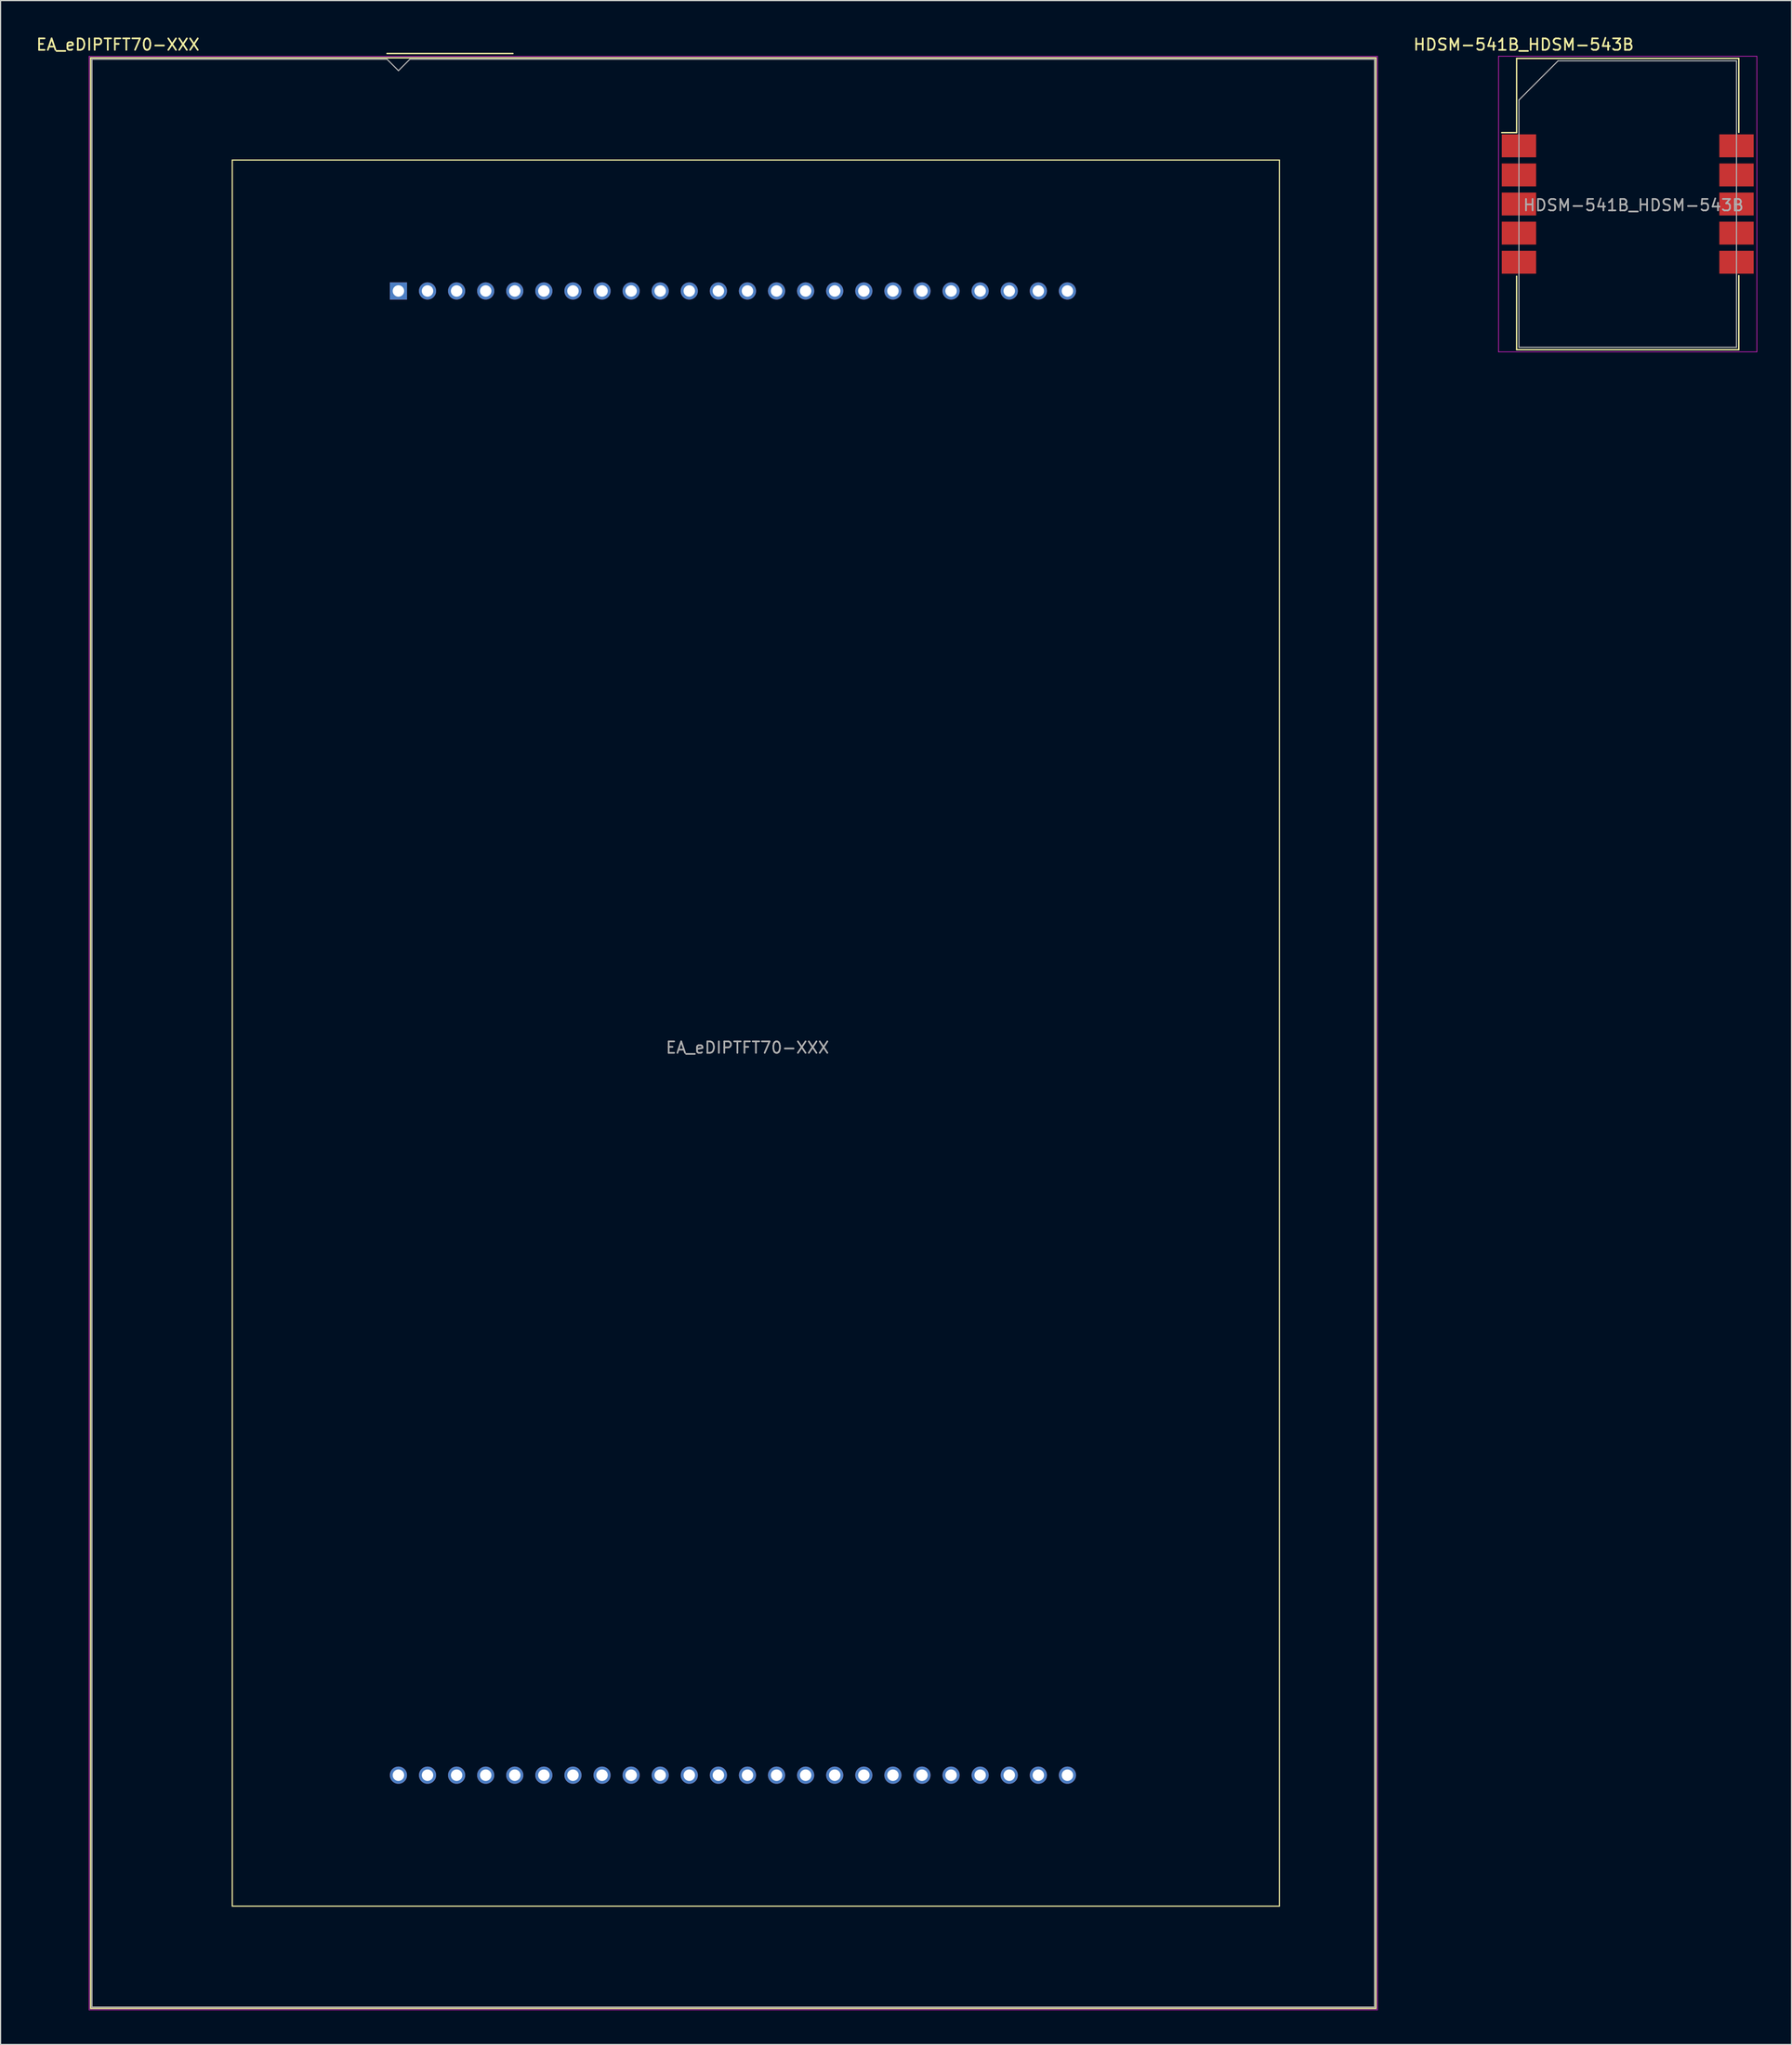
<source format=kicad_pcb>
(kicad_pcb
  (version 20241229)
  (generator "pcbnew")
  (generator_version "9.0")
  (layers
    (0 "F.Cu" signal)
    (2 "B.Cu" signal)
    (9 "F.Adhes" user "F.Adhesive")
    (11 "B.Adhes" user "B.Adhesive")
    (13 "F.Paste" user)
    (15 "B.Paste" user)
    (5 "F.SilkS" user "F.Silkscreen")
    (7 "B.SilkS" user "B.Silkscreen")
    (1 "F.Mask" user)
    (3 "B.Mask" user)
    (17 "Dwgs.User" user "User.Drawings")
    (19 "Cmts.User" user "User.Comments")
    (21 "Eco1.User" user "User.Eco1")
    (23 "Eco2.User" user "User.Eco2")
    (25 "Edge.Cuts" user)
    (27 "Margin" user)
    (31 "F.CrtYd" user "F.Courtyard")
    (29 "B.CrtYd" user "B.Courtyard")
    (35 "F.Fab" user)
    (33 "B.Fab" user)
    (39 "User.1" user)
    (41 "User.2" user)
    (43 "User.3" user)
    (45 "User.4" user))
  (footprint "HDSM-541B_HDSM-543B"
    (layer "F.Cu")
    (at 139.093 14.758)
    (property "Reference" "HDSM-541B_HDSM-543B" (at -9.09 -13.91 0) (layer "F.SilkS") (effects (font (size 1 1) (thickness 0.15))))
    (attr smd)
    (fp_line (start -11 -6.23) (end -9.7 -6.23) (stroke (width 0.12) (type solid)) (layer "F.SilkS"))
    (fp_line (start -9.7 -12.71) (end 9.7 -12.71) (stroke (width 0.12) (type solid)) (layer "F.SilkS"))
    (fp_line (start -9.7 -6.23) (end -9.7 -12.71) (stroke (width 0.12) (type solid)) (layer "F.SilkS"))
    (fp_line (start -9.7 6.3) (end -9.7 12.71) (stroke (width 0.12) (type solid)) (layer "F.SilkS"))
    (fp_line (start -9.7 12.71) (end 9.7 12.71) (stroke (width 0.12) (type solid)) (layer "F.SilkS"))
    (fp_line (start 9.7 -6.25) (end 9.7 -12.71) (stroke (width 0.12) (type solid)) (layer "F.SilkS"))
    (fp_line (start 9.7 6.25) (end 9.7 12.71) (stroke (width 0.12) (type solid)) (layer "F.SilkS"))
    (fp_line (start -11.28 -12.9) (end 11.28 -12.9) (stroke (width 0.05) (type solid)) (layer "F.CrtYd"))
    (fp_line (start -11.28 12.9) (end -11.28 -12.9) (stroke (width 0.05) (type solid)) (layer "F.CrtYd"))
    (fp_line (start 11.28 -12.9) (end 11.28 12.9) (stroke (width 0.05) (type solid)) (layer "F.CrtYd"))
    (fp_line (start 11.28 12.9) (end -11.28 12.9) (stroke (width 0.05) (type solid)) (layer "F.CrtYd"))
    (fp_line (start -9.5 -9.08) (end -6.08 -12.5) (stroke (width 0.1) (type solid)) (layer "F.Fab"))
    (fp_line (start -9.5 12.5) (end -9.5 -9.08) (stroke (width 0.1) (type solid)) (layer "F.Fab"))
    (fp_line (start -6.08 -12.5) (end 9.5 -12.5) (stroke (width 0.1) (type solid)) (layer "F.Fab"))
    (fp_line (start 9.5 -12.5) (end 9.5 12.5) (stroke (width 0.1) (type solid)) (layer "F.Fab"))
    (fp_line (start 9.5 12.5) (end -9.5 12.5) (stroke (width 0.1) (type solid)) (layer "F.Fab"))
    (fp_text user "${REFERENCE}" (at 0.5 0.1 0) (layer "F.Fab") (effects (font (size 1 1) (thickness 0.15))))
    (pad "1" smd rect (at -9.5 -5.08) (size 3 2) (layers "F.Cu" "F.Mask" "F.Paste"))
    (pad "2" smd rect (at -9.5 -2.54) (size 3 2) (layers "F.Cu" "F.Mask" "F.Paste"))
    (pad "3" smd rect (at -9.5 0) (size 3 2) (layers "F.Cu" "F.Mask" "F.Paste"))
    (pad "4" smd rect (at -9.5 2.54) (size 3 2) (layers "F.Cu" "F.Mask" "F.Paste"))
    (pad "5" smd rect (at -9.5 5.08) (size 3 2) (layers "F.Cu" "F.Mask" "F.Paste"))
    (pad "6" smd rect (at 9.5 5.08) (size 3 2) (layers "F.Cu" "F.Mask" "F.Paste"))
    (pad "7" smd rect (at 9.5 2.54) (size 3 2) (layers "F.Cu" "F.Mask" "F.Paste"))
    (pad "8" smd rect (at 9.5 0) (size 3 2) (layers "F.Cu" "F.Mask" "F.Paste"))
    (pad "9" smd rect (at 9.5 -2.54) (size 3 2) (layers "F.Cu" "F.Mask" "F.Paste"))
    (pad "10" smd rect (at 9.5 -5.08) (size 3 2) (layers "F.Cu" "F.Mask" "F.Paste")))
  (footprint "EA_eDIPTFT70-XXX"
    (layer "F.Cu")
    (at 31.744 22.348)
    (property "Reference" "EA_eDIPTFT70-XXX" (at -24.5 -21.5 0) (layer "F.SilkS") (effects (font (size 1 1) (thickness 0.15))))
    (attr through_hole)
    (fp_line (start -26.88 -20.35) (end 85.36 -20.35) (stroke (width 0.12) (type solid)) (layer "F.SilkS"))
    (fp_line (start -26.88 149.89) (end -26.88 -20.35) (stroke (width 0.12) (type solid)) (layer "F.SilkS"))
    (fp_line (start -14.51 -11.43) (end -14.51 140.97) (stroke (width 0.1) (type solid)) (layer "F.SilkS"))
    (fp_line (start -14.51 140.97) (end 76.93 140.97) (stroke (width 0.1) (type solid)) (layer "F.SilkS"))
    (fp_line (start -1 -20.73) (end 10 -20.73) (stroke (width 0.12) (type solid)) (layer "F.SilkS"))
    (fp_line (start 76.93 -11.43) (end -14.51 -11.43) (stroke (width 0.1) (type solid)) (layer "F.SilkS"))
    (fp_line (start 76.93 140.97) (end 76.93 -11.43) (stroke (width 0.1) (type solid)) (layer "F.SilkS"))
    (fp_line (start 85.36 -20.35) (end 85.36 149.89) (stroke (width 0.12) (type solid)) (layer "F.SilkS"))
    (fp_line (start 85.36 149.89) (end -26.88 149.89) (stroke (width 0.12) (type solid)) (layer "F.SilkS"))
    (fp_line (start -27.01 -20.48) (end 85.49 -20.48) (stroke (width 0.05) (type solid)) (layer "F.CrtYd"))
    (fp_line (start -27.01 150.02) (end -27.01 -20.48) (stroke (width 0.05) (type solid)) (layer "F.CrtYd"))
    (fp_line (start 85.49 -20.48) (end 85.49 150.02) (stroke (width 0.05) (type solid)) (layer "F.CrtYd"))
    (fp_line (start 85.49 150.02) (end -27.01 150.02) (stroke (width 0.05) (type solid)) (layer "F.CrtYd"))
    (fp_line (start -26.76 -20.23) (end -1 -20.23) (stroke (width 0.1) (type solid)) (layer "F.Fab"))
    (fp_line (start -26.76 149.77) (end -26.76 -20.23) (stroke (width 0.1) (type solid)) (layer "F.Fab"))
    (fp_line (start -1 -20.23) (end 0 -19.23) (stroke (width 0.1) (type solid)) (layer "F.Fab"))
    (fp_line (start 0 -19.23) (end 1 -20.23) (stroke (width 0.1) (type solid)) (layer "F.Fab"))
    (fp_line (start 1 -20.23) (end 85.24 -20.23) (stroke (width 0.1) (type solid)) (layer "F.Fab"))
    (fp_line (start 85.24 -20.23) (end 85.24 149.77) (stroke (width 0.1) (type solid)) (layer "F.Fab"))
    (fp_line (start 85.24 149.77) (end -26.76 149.77) (stroke (width 0.1) (type solid)) (layer "F.Fab"))
    (fp_text user "${REFERENCE}" (at 30.48 66.04 0) (layer "F.Fab") (effects (font (size 1 1) (thickness 0.15))))
    (pad "1" thru_hole rect (at 0 0) (size 1.5 1.5) (drill 1) (layers "*.Cu" "*.Mask"))
    (pad "2" thru_hole circle (at 2.54 0) (size 1.5 1.5) (drill 1) (layers "*.Cu" "*.Mask"))
    (pad "3" thru_hole circle (at 5.08 0) (size 1.5 1.5) (drill 1) (layers "*.Cu" "*.Mask"))
    (pad "4" thru_hole circle (at 7.62 0) (size 1.5 1.5) (drill 1) (layers "*.Cu" "*.Mask"))
    (pad "5" thru_hole circle (at 10.16 0) (size 1.5 1.5) (drill 1) (layers "*.Cu" "*.Mask"))
    (pad "6" thru_hole circle (at 12.7 0) (size 1.5 1.5) (drill 1) (layers "*.Cu" "*.Mask"))
    (pad "7" thru_hole circle (at 15.24 0) (size 1.5 1.5) (drill 1) (layers "*.Cu" "*.Mask"))
    (pad "8" thru_hole circle (at 17.78 0) (size 1.5 1.5) (drill 1) (layers "*.Cu" "*.Mask"))
    (pad "9" thru_hole circle (at 20.32 0) (size 1.5 1.5) (drill 1) (layers "*.Cu" "*.Mask"))
    (pad "10" thru_hole circle (at 22.86 0) (size 1.5 1.5) (drill 1) (layers "*.Cu" "*.Mask"))
    (pad "11" thru_hole circle (at 25.4 0) (size 1.5 1.5) (drill 1) (layers "*.Cu" "*.Mask"))
    (pad "12" thru_hole circle (at 27.94 0) (size 1.5 1.5) (drill 1) (layers "*.Cu" "*.Mask"))
    (pad "13" thru_hole circle (at 30.48 0) (size 1.5 1.5) (drill 1) (layers "*.Cu" "*.Mask"))
    (pad "14" thru_hole circle (at 33.02 0) (size 1.5 1.5) (drill 1) (layers "*.Cu" "*.Mask"))
    (pad "15" thru_hole circle (at 35.56 0) (size 1.5 1.5) (drill 1) (layers "*.Cu" "*.Mask"))
    (pad "16" thru_hole circle (at 38.1 0) (size 1.5 1.5) (drill 1) (layers "*.Cu" "*.Mask"))
    (pad "17" thru_hole circle (at 40.64 0) (size 1.5 1.5) (drill 1) (layers "*.Cu" "*.Mask"))
    (pad "18" thru_hole circle (at 43.18 0) (size 1.5 1.5) (drill 1) (layers "*.Cu" "*.Mask"))
    (pad "19" thru_hole circle (at 45.72 0) (size 1.5 1.5) (drill 1) (layers "*.Cu" "*.Mask"))
    (pad "20" thru_hole circle (at 48.26 0) (size 1.5 1.5) (drill 1) (layers "*.Cu" "*.Mask"))
    (pad "21" thru_hole circle (at 50.8 0) (size 1.5 1.5) (drill 1) (layers "*.Cu" "*.Mask"))
    (pad "22" thru_hole circle (at 53.34 0) (size 1.5 1.5) (drill 1) (layers "*.Cu" "*.Mask"))
    (pad "23" thru_hole circle (at 55.88 0) (size 1.5 1.5) (drill 1) (layers "*.Cu" "*.Mask"))
    (pad "24" thru_hole circle (at 58.42 0) (size 1.5 1.5) (drill 1) (layers "*.Cu" "*.Mask"))
    (pad "25" thru_hole circle (at 58.42 129.54) (size 1.5 1.5) (drill 1) (layers "*.Cu" "*.Mask"))
    (pad "26" thru_hole circle (at 55.88 129.54) (size 1.5 1.5) (drill 1) (layers "*.Cu" "*.Mask"))
    (pad "27" thru_hole circle (at 53.34 129.54) (size 1.5 1.5) (drill 1) (layers "*.Cu" "*.Mask"))
    (pad "28" thru_hole circle (at 50.8 129.54) (size 1.5 1.5) (drill 1) (layers "*.Cu" "*.Mask"))
    (pad "29" thru_hole circle (at 48.26 129.54) (size 1.5 1.5) (drill 1) (layers "*.Cu" "*.Mask"))
    (pad "30" thru_hole circle (at 45.72 129.54) (size 1.5 1.5) (drill 1) (layers "*.Cu" "*.Mask"))
    (pad "31" thru_hole circle (at 43.18 129.54) (size 1.5 1.5) (drill 1) (layers "*.Cu" "*.Mask"))
    (pad "32" thru_hole circle (at 40.64 129.54) (size 1.5 1.5) (drill 1) (layers "*.Cu" "*.Mask"))
    (pad "33" thru_hole circle (at 38.1 129.54) (size 1.5 1.5) (drill 1) (layers "*.Cu" "*.Mask"))
    (pad "34" thru_hole circle (at 35.56 129.54) (size 1.5 1.5) (drill 1) (layers "*.Cu" "*.Mask"))
    (pad "35" thru_hole circle (at 33.02 129.54) (size 1.5 1.5) (drill 1) (layers "*.Cu" "*.Mask"))
    (pad "36" thru_hole circle (at 30.48 129.54) (size 1.5 1.5) (drill 1) (layers "*.Cu" "*.Mask"))
    (pad "37" thru_hole circle (at 27.94 129.54) (size 1.5 1.5) (drill 1) (layers "*.Cu" "*.Mask"))
    (pad "38" thru_hole circle (at 25.4 129.54) (size 1.5 1.5) (drill 1) (layers "*.Cu" "*.Mask"))
    (pad "39" thru_hole circle (at 22.86 129.54) (size 1.5 1.5) (drill 1) (layers "*.Cu" "*.Mask"))
    (pad "40" thru_hole circle (at 20.32 129.54) (size 1.5 1.5) (drill 1) (layers "*.Cu" "*.Mask"))
    (pad "41" thru_hole circle (at 17.78 129.54) (size 1.5 1.5) (drill 1) (layers "*.Cu" "*.Mask"))
    (pad "42" thru_hole circle (at 15.24 129.54) (size 1.5 1.5) (drill 1) (layers "*.Cu" "*.Mask"))
    (pad "43" thru_hole circle (at 12.7 129.54) (size 1.5 1.5) (drill 1) (layers "*.Cu" "*.Mask"))
    (pad "44" thru_hole circle (at 10.16 129.54) (size 1.5 1.5) (drill 1) (layers "*.Cu" "*.Mask"))
    (pad "45" thru_hole circle (at 7.62 129.54) (size 1.5 1.5) (drill 1) (layers "*.Cu" "*.Mask"))
    (pad "46" thru_hole circle (at 5.08 129.54) (size 1.5 1.5) (drill 1) (layers "*.Cu" "*.Mask"))
    (pad "47" thru_hole circle (at 2.54 129.54) (size 1.5 1.5) (drill 1) (layers "*.Cu" "*.Mask"))
    (pad "48" thru_hole circle (at 0 129.54) (size 1.5 1.5) (drill 1) (layers "*.Cu" "*.Mask")))
  (gr_rect
    (start -3 -3)
    (end 153.398 175.393)
    (stroke (width 0.1) (type default))
    (fill no)
    (layer "Edge.Cuts")))
</source>
